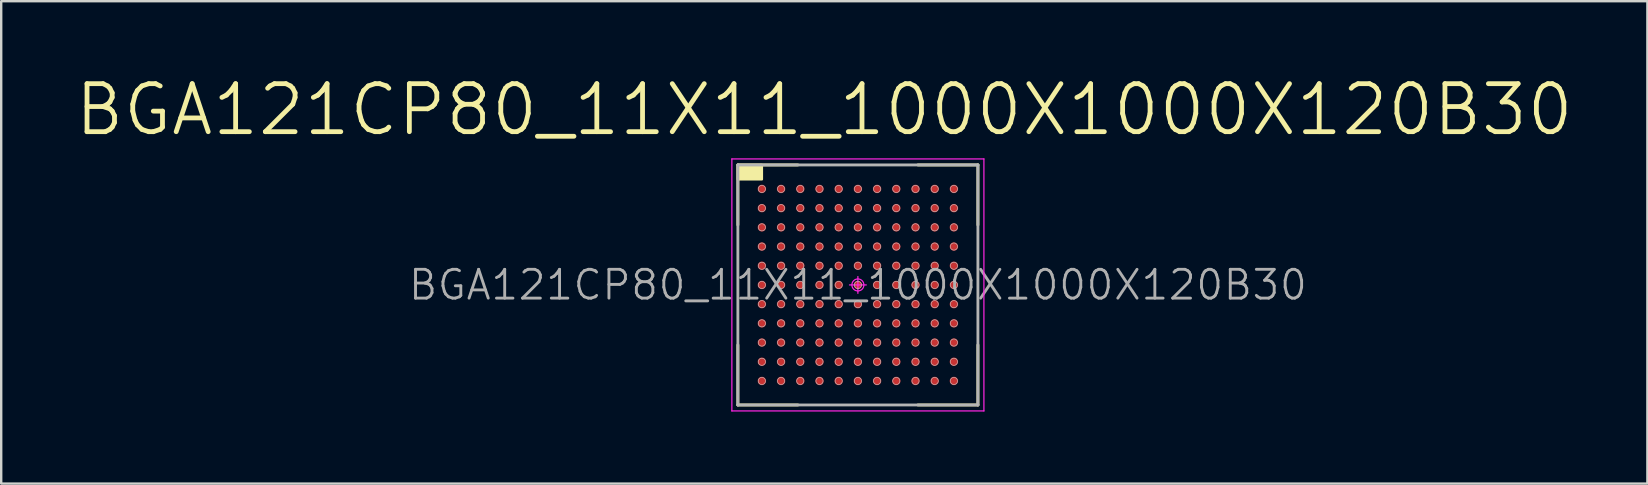
<source format=kicad_pcb>
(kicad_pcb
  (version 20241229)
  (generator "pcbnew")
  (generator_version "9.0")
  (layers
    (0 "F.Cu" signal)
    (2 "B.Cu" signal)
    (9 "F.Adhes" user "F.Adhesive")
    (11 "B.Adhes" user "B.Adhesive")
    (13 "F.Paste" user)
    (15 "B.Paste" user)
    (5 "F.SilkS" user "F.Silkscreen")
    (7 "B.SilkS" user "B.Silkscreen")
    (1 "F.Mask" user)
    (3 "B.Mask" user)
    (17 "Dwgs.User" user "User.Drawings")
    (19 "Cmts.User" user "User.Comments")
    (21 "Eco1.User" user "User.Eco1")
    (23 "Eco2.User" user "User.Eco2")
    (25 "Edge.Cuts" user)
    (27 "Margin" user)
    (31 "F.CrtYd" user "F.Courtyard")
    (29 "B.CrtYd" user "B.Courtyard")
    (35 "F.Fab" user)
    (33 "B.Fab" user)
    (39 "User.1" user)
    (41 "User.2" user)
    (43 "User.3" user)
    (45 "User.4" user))
  (footprint "BGA121CP80_11X11_1000X1000X120B30"
    (layer "F.Cu")
    (at 32.69 8.821)
    (property "Reference" "BGA121CP80_11X11_1000X1000X120B30" (at 0 0 0) (layer "F.Fab") (effects (font (size 1.2 1.2) (thickness 0.12))))
    (attr smd)
    (fp_line (start -5 -5) (end -2.5 -5) (stroke (width 0.12) (type solid)) (layer "F.SilkS"))
    (fp_line (start -5 -2.5) (end -5 -5) (stroke (width 0.12) (type solid)) (layer "F.SilkS"))
    (fp_line (start -5 2.5) (end -5 5) (stroke (width 0.12) (type solid)) (layer "F.SilkS"))
    (fp_line (start -5 5) (end -2.5 5) (stroke (width 0.12) (type solid)) (layer "F.SilkS"))
    (fp_line (start 5 -5) (end 2.5 -5) (stroke (width 0.12) (type solid)) (layer "F.SilkS"))
    (fp_line (start 5 -2.5) (end 5 -5) (stroke (width 0.12) (type solid)) (layer "F.SilkS"))
    (fp_line (start 5 2.5) (end 5 5) (stroke (width 0.12) (type solid)) (layer "F.SilkS"))
    (fp_line (start 5 5) (end 2.5 5) (stroke (width 0.12) (type solid)) (layer "F.SilkS"))
    (fp_poly (pts (xy -4 -4.4) (xy -5 -4.4) (xy -5 -5) (xy -4 -5)) (stroke (width 0.1) (type solid)) (fill yes) (layer "F.SilkS"))
    (fp_line (start -5 -5) (end 5 -5) (stroke (width 0.025) (type solid)) (layer "Dwgs.User"))
    (fp_line (start -5 5) (end -5 -5) (stroke (width 0.025) (type solid)) (layer "Dwgs.User"))
    (fp_line (start 5 -5) (end 5 5) (stroke (width 0.025) (type solid)) (layer "Dwgs.User"))
    (fp_line (start 5 5) (end -5 5) (stroke (width 0.025) (type solid)) (layer "Dwgs.User"))
    (fp_circle (center -4 -4) (end -4 -3.85) (stroke (width 0.025) (type solid)) (fill no) (layer "Dwgs.User"))
    (fp_circle (center -4 -3.2) (end -4 -3.05) (stroke (width 0.025) (type solid)) (fill no) (layer "Dwgs.User"))
    (fp_circle (center -4 -2.4) (end -4 -2.25) (stroke (width 0.025) (type solid)) (fill no) (layer "Dwgs.User"))
    (fp_circle (center -4 -1.6) (end -4 -1.45) (stroke (width 0.025) (type solid)) (fill no) (layer "Dwgs.User"))
    (fp_circle (center -4 -0.8) (end -4 -0.65) (stroke (width 0.025) (type solid)) (fill no) (layer "Dwgs.User"))
    (fp_circle (center -4 0) (end -4 0.15) (stroke (width 0.025) (type solid)) (fill no) (layer "Dwgs.User"))
    (fp_circle (center -4 0.8) (end -4 0.95) (stroke (width 0.025) (type solid)) (fill no) (layer "Dwgs.User"))
    (fp_circle (center -4 1.6) (end -4 1.75) (stroke (width 0.025) (type solid)) (fill no) (layer "Dwgs.User"))
    (fp_circle (center -4 2.4) (end -4 2.55) (stroke (width 0.025) (type solid)) (fill no) (layer "Dwgs.User"))
    (fp_circle (center -4 3.2) (end -4 3.35) (stroke (width 0.025) (type solid)) (fill no) (layer "Dwgs.User"))
    (fp_circle (center -4 4) (end -4 4.15) (stroke (width 0.025) (type solid)) (fill no) (layer "Dwgs.User"))
    (fp_circle (center -3.2 -4) (end -3.2 -3.85) (stroke (width 0.025) (type solid)) (fill no) (layer "Dwgs.User"))
    (fp_circle (center -3.2 -3.2) (end -3.2 -3.05) (stroke (width 0.025) (type solid)) (fill no) (layer "Dwgs.User"))
    (fp_circle (center -3.2 -2.4) (end -3.2 -2.25) (stroke (width 0.025) (type solid)) (fill no) (layer "Dwgs.User"))
    (fp_circle (center -3.2 -1.6) (end -3.2 -1.45) (stroke (width 0.025) (type solid)) (fill no) (layer "Dwgs.User"))
    (fp_circle (center -3.2 -0.8) (end -3.2 -0.65) (stroke (width 0.025) (type solid)) (fill no) (layer "Dwgs.User"))
    (fp_circle (center -3.2 0) (end -3.2 0.15) (stroke (width 0.025) (type solid)) (fill no) (layer "Dwgs.User"))
    (fp_circle (center -3.2 0.8) (end -3.2 0.95) (stroke (width 0.025) (type solid)) (fill no) (layer "Dwgs.User"))
    (fp_circle (center -3.2 1.6) (end -3.2 1.75) (stroke (width 0.025) (type solid)) (fill no) (layer "Dwgs.User"))
    (fp_circle (center -3.2 2.4) (end -3.2 2.55) (stroke (width 0.025) (type solid)) (fill no) (layer "Dwgs.User"))
    (fp_circle (center -3.2 3.2) (end -3.2 3.35) (stroke (width 0.025) (type solid)) (fill no) (layer "Dwgs.User"))
    (fp_circle (center -3.2 4) (end -3.2 4.15) (stroke (width 0.025) (type solid)) (fill no) (layer "Dwgs.User"))
    (fp_circle (center -2.4 -4) (end -2.4 -3.85) (stroke (width 0.025) (type solid)) (fill no) (layer "Dwgs.User"))
    (fp_circle (center -2.4 -3.2) (end -2.4 -3.05) (stroke (width 0.025) (type solid)) (fill no) (layer "Dwgs.User"))
    (fp_circle (center -2.4 -2.4) (end -2.4 -2.25) (stroke (width 0.025) (type solid)) (fill no) (layer "Dwgs.User"))
    (fp_circle (center -2.4 -1.6) (end -2.4 -1.45) (stroke (width 0.025) (type solid)) (fill no) (layer "Dwgs.User"))
    (fp_circle (center -2.4 -0.8) (end -2.4 -0.65) (stroke (width 0.025) (type solid)) (fill no) (layer "Dwgs.User"))
    (fp_circle (center -2.4 0) (end -2.4 0.15) (stroke (width 0.025) (type solid)) (fill no) (layer "Dwgs.User"))
    (fp_circle (center -2.4 0.8) (end -2.4 0.95) (stroke (width 0.025) (type solid)) (fill no) (layer "Dwgs.User"))
    (fp_circle (center -2.4 1.6) (end -2.4 1.75) (stroke (width 0.025) (type solid)) (fill no) (layer "Dwgs.User"))
    (fp_circle (center -2.4 2.4) (end -2.4 2.55) (stroke (width 0.025) (type solid)) (fill no) (layer "Dwgs.User"))
    (fp_circle (center -2.4 3.2) (end -2.4 3.35) (stroke (width 0.025) (type solid)) (fill no) (layer "Dwgs.User"))
    (fp_circle (center -2.4 4) (end -2.4 4.15) (stroke (width 0.025) (type solid)) (fill no) (layer "Dwgs.User"))
    (fp_circle (center -1.6 -4) (end -1.6 -3.85) (stroke (width 0.025) (type solid)) (fill no) (layer "Dwgs.User"))
    (fp_circle (center -1.6 -3.2) (end -1.6 -3.05) (stroke (width 0.025) (type solid)) (fill no) (layer "Dwgs.User"))
    (fp_circle (center -1.6 -2.4) (end -1.6 -2.25) (stroke (width 0.025) (type solid)) (fill no) (layer "Dwgs.User"))
    (fp_circle (center -1.6 -1.6) (end -1.6 -1.45) (stroke (width 0.025) (type solid)) (fill no) (layer "Dwgs.User"))
    (fp_circle (center -1.6 -0.8) (end -1.6 -0.65) (stroke (width 0.025) (type solid)) (fill no) (layer "Dwgs.User"))
    (fp_circle (center -1.6 0) (end -1.6 0.15) (stroke (width 0.025) (type solid)) (fill no) (layer "Dwgs.User"))
    (fp_circle (center -1.6 0.8) (end -1.6 0.95) (stroke (width 0.025) (type solid)) (fill no) (layer "Dwgs.User"))
    (fp_circle (center -1.6 1.6) (end -1.6 1.75) (stroke (width 0.025) (type solid)) (fill no) (layer "Dwgs.User"))
    (fp_circle (center -1.6 2.4) (end -1.6 2.55) (stroke (width 0.025) (type solid)) (fill no) (layer "Dwgs.User"))
    (fp_circle (center -1.6 3.2) (end -1.6 3.35) (stroke (width 0.025) (type solid)) (fill no) (layer "Dwgs.User"))
    (fp_circle (center -1.6 4) (end -1.6 4.15) (stroke (width 0.025) (type solid)) (fill no) (layer "Dwgs.User"))
    (fp_circle (center -0.8 -4) (end -0.8 -3.85) (stroke (width 0.025) (type solid)) (fill no) (layer "Dwgs.User"))
    (fp_circle (center -0.8 -3.2) (end -0.8 -3.05) (stroke (width 0.025) (type solid)) (fill no) (layer "Dwgs.User"))
    (fp_circle (center -0.8 -2.4) (end -0.8 -2.25) (stroke (width 0.025) (type solid)) (fill no) (layer "Dwgs.User"))
    (fp_circle (center -0.8 -1.6) (end -0.8 -1.45) (stroke (width 0.025) (type solid)) (fill no) (layer "Dwgs.User"))
    (fp_circle (center -0.8 -0.8) (end -0.8 -0.65) (stroke (width 0.025) (type solid)) (fill no) (layer "Dwgs.User"))
    (fp_circle (center -0.8 0) (end -0.8 0.15) (stroke (width 0.025) (type solid)) (fill no) (layer "Dwgs.User"))
    (fp_circle (center -0.8 0.8) (end -0.8 0.95) (stroke (width 0.025) (type solid)) (fill no) (layer "Dwgs.User"))
    (fp_circle (center -0.8 1.6) (end -0.8 1.75) (stroke (width 0.025) (type solid)) (fill no) (layer "Dwgs.User"))
    (fp_circle (center -0.8 2.4) (end -0.8 2.55) (stroke (width 0.025) (type solid)) (fill no) (layer "Dwgs.User"))
    (fp_circle (center -0.8 3.2) (end -0.8 3.35) (stroke (width 0.025) (type solid)) (fill no) (layer "Dwgs.User"))
    (fp_circle (center -0.8 4) (end -0.8 4.15) (stroke (width 0.025) (type solid)) (fill no) (layer "Dwgs.User"))
    (fp_circle (center 0 -4) (end 0 -3.85) (stroke (width 0.025) (type solid)) (fill no) (layer "Dwgs.User"))
    (fp_circle (center 0 -3.2) (end 0 -3.05) (stroke (width 0.025) (type solid)) (fill no) (layer "Dwgs.User"))
    (fp_circle (center 0 -2.4) (end 0 -2.25) (stroke (width 0.025) (type solid)) (fill no) (layer "Dwgs.User"))
    (fp_circle (center 0 -1.6) (end 0 -1.45) (stroke (width 0.025) (type solid)) (fill no) (layer "Dwgs.User"))
    (fp_circle (center 0 -0.8) (end 0 -0.65) (stroke (width 0.025) (type solid)) (fill no) (layer "Dwgs.User"))
    (fp_circle (center 0 0) (end 0 0.15) (stroke (width 0.025) (type solid)) (fill no) (layer "Dwgs.User"))
    (fp_circle (center 0 0.8) (end 0 0.95) (stroke (width 0.025) (type solid)) (fill no) (layer "Dwgs.User"))
    (fp_circle (center 0 1.6) (end 0 1.75) (stroke (width 0.025) (type solid)) (fill no) (layer "Dwgs.User"))
    (fp_circle (center 0 2.4) (end 0 2.55) (stroke (width 0.025) (type solid)) (fill no) (layer "Dwgs.User"))
    (fp_circle (center 0 3.2) (end 0 3.35) (stroke (width 0.025) (type solid)) (fill no) (layer "Dwgs.User"))
    (fp_circle (center 0 4) (end 0 4.15) (stroke (width 0.025) (type solid)) (fill no) (layer "Dwgs.User"))
    (fp_circle (center 0.8 -4) (end 0.8 -3.85) (stroke (width 0.025) (type solid)) (fill no) (layer "Dwgs.User"))
    (fp_circle (center 0.8 -3.2) (end 0.8 -3.05) (stroke (width 0.025) (type solid)) (fill no) (layer "Dwgs.User"))
    (fp_circle (center 0.8 -2.4) (end 0.8 -2.25) (stroke (width 0.025) (type solid)) (fill no) (layer "Dwgs.User"))
    (fp_circle (center 0.8 -1.6) (end 0.8 -1.45) (stroke (width 0.025) (type solid)) (fill no) (layer "Dwgs.User"))
    (fp_circle (center 0.8 -0.8) (end 0.8 -0.65) (stroke (width 0.025) (type solid)) (fill no) (layer "Dwgs.User"))
    (fp_circle (center 0.8 0) (end 0.8 0.15) (stroke (width 0.025) (type solid)) (fill no) (layer "Dwgs.User"))
    (fp_circle (center 0.8 0.8) (end 0.8 0.95) (stroke (width 0.025) (type solid)) (fill no) (layer "Dwgs.User"))
    (fp_circle (center 0.8 1.6) (end 0.8 1.75) (stroke (width 0.025) (type solid)) (fill no) (layer "Dwgs.User"))
    (fp_circle (center 0.8 2.4) (end 0.8 2.55) (stroke (width 0.025) (type solid)) (fill no) (layer "Dwgs.User"))
    (fp_circle (center 0.8 3.2) (end 0.8 3.35) (stroke (width 0.025) (type solid)) (fill no) (layer "Dwgs.User"))
    (fp_circle (center 0.8 4) (end 0.8 4.15) (stroke (width 0.025) (type solid)) (fill no) (layer "Dwgs.User"))
    (fp_circle (center 1.6 -4) (end 1.6 -3.85) (stroke (width 0.025) (type solid)) (fill no) (layer "Dwgs.User"))
    (fp_circle (center 1.6 -3.2) (end 1.6 -3.05) (stroke (width 0.025) (type solid)) (fill no) (layer "Dwgs.User"))
    (fp_circle (center 1.6 -2.4) (end 1.6 -2.25) (stroke (width 0.025) (type solid)) (fill no) (layer "Dwgs.User"))
    (fp_circle (center 1.6 -1.6) (end 1.6 -1.45) (stroke (width 0.025) (type solid)) (fill no) (layer "Dwgs.User"))
    (fp_circle (center 1.6 -0.8) (end 1.6 -0.65) (stroke (width 0.025) (type solid)) (fill no) (layer "Dwgs.User"))
    (fp_circle (center 1.6 0) (end 1.6 0.15) (stroke (width 0.025) (type solid)) (fill no) (layer "Dwgs.User"))
    (fp_circle (center 1.6 0.8) (end 1.6 0.95) (stroke (width 0.025) (type solid)) (fill no) (layer "Dwgs.User"))
    (fp_circle (center 1.6 1.6) (end 1.6 1.75) (stroke (width 0.025) (type solid)) (fill no) (layer "Dwgs.User"))
    (fp_circle (center 1.6 2.4) (end 1.6 2.55) (stroke (width 0.025) (type solid)) (fill no) (layer "Dwgs.User"))
    (fp_circle (center 1.6 3.2) (end 1.6 3.35) (stroke (width 0.025) (type solid)) (fill no) (layer "Dwgs.User"))
    (fp_circle (center 1.6 4) (end 1.6 4.15) (stroke (width 0.025) (type solid)) (fill no) (layer "Dwgs.User"))
    (fp_circle (center 2.4 -4) (end 2.4 -3.85) (stroke (width 0.025) (type solid)) (fill no) (layer "Dwgs.User"))
    (fp_circle (center 2.4 -3.2) (end 2.4 -3.05) (stroke (width 0.025) (type solid)) (fill no) (layer "Dwgs.User"))
    (fp_circle (center 2.4 -2.4) (end 2.4 -2.25) (stroke (width 0.025) (type solid)) (fill no) (layer "Dwgs.User"))
    (fp_circle (center 2.4 -1.6) (end 2.4 -1.45) (stroke (width 0.025) (type solid)) (fill no) (layer "Dwgs.User"))
    (fp_circle (center 2.4 -0.8) (end 2.4 -0.65) (stroke (width 0.025) (type solid)) (fill no) (layer "Dwgs.User"))
    (fp_circle (center 2.4 0) (end 2.4 0.15) (stroke (width 0.025) (type solid)) (fill no) (layer "Dwgs.User"))
    (fp_circle (center 2.4 0.8) (end 2.4 0.95) (stroke (width 0.025) (type solid)) (fill no) (layer "Dwgs.User"))
    (fp_circle (center 2.4 1.6) (end 2.4 1.75) (stroke (width 0.025) (type solid)) (fill no) (layer "Dwgs.User"))
    (fp_circle (center 2.4 2.4) (end 2.4 2.55) (stroke (width 0.025) (type solid)) (fill no) (layer "Dwgs.User"))
    (fp_circle (center 2.4 3.2) (end 2.4 3.35) (stroke (width 0.025) (type solid)) (fill no) (layer "Dwgs.User"))
    (fp_circle (center 2.4 4) (end 2.4 4.15) (stroke (width 0.025) (type solid)) (fill no) (layer "Dwgs.User"))
    (fp_circle (center 3.2 -4) (end 3.2 -3.85) (stroke (width 0.025) (type solid)) (fill no) (layer "Dwgs.User"))
    (fp_circle (center 3.2 -3.2) (end 3.2 -3.05) (stroke (width 0.025) (type solid)) (fill no) (layer "Dwgs.User"))
    (fp_circle (center 3.2 -2.4) (end 3.2 -2.25) (stroke (width 0.025) (type solid)) (fill no) (layer "Dwgs.User"))
    (fp_circle (center 3.2 -1.6) (end 3.2 -1.45) (stroke (width 0.025) (type solid)) (fill no) (layer "Dwgs.User"))
    (fp_circle (center 3.2 -0.8) (end 3.2 -0.65) (stroke (width 0.025) (type solid)) (fill no) (layer "Dwgs.User"))
    (fp_circle (center 3.2 0) (end 3.2 0.15) (stroke (width 0.025) (type solid)) (fill no) (layer "Dwgs.User"))
    (fp_circle (center 3.2 0.8) (end 3.2 0.95) (stroke (width 0.025) (type solid)) (fill no) (layer "Dwgs.User"))
    (fp_circle (center 3.2 1.6) (end 3.2 1.75) (stroke (width 0.025) (type solid)) (fill no) (layer "Dwgs.User"))
    (fp_circle (center 3.2 2.4) (end 3.2 2.55) (stroke (width 0.025) (type solid)) (fill no) (layer "Dwgs.User"))
    (fp_circle (center 3.2 3.2) (end 3.2 3.35) (stroke (width 0.025) (type solid)) (fill no) (layer "Dwgs.User"))
    (fp_circle (center 3.2 4) (end 3.2 4.15) (stroke (width 0.025) (type solid)) (fill no) (layer "Dwgs.User"))
    (fp_circle (center 4 -4) (end 4 -3.85) (stroke (width 0.025) (type solid)) (fill no) (layer "Dwgs.User"))
    (fp_circle (center 4 -3.2) (end 4 -3.05) (stroke (width 0.025) (type solid)) (fill no) (layer "Dwgs.User"))
    (fp_circle (center 4 -2.4) (end 4 -2.25) (stroke (width 0.025) (type solid)) (fill no) (layer "Dwgs.User"))
    (fp_circle (center 4 -1.6) (end 4 -1.45) (stroke (width 0.025) (type solid)) (fill no) (layer "Dwgs.User"))
    (fp_circle (center 4 -0.8) (end 4 -0.65) (stroke (width 0.025) (type solid)) (fill no) (layer "Dwgs.User"))
    (fp_circle (center 4 0) (end 4 0.15) (stroke (width 0.025) (type solid)) (fill no) (layer "Dwgs.User"))
    (fp_circle (center 4 0.8) (end 4 0.95) (stroke (width 0.025) (type solid)) (fill no) (layer "Dwgs.User"))
    (fp_circle (center 4 1.6) (end 4 1.75) (stroke (width 0.025) (type solid)) (fill no) (layer "Dwgs.User"))
    (fp_circle (center 4 2.4) (end 4 2.55) (stroke (width 0.025) (type solid)) (fill no) (layer "Dwgs.User"))
    (fp_circle (center 4 3.2) (end 4 3.35) (stroke (width 0.025) (type solid)) (fill no) (layer "Dwgs.User"))
    (fp_circle (center 4 4) (end 4 4.15) (stroke (width 0.025) (type solid)) (fill no) (layer "Dwgs.User"))
    (fp_line (start -5.25 -5.25) (end 5.25 -5.25) (stroke (width 0.05) (type solid)) (layer "F.CrtYd"))
    (fp_line (start -5.25 5.25) (end -5.25 -5.25) (stroke (width 0.05) (type solid)) (layer "F.CrtYd"))
    (fp_line (start 0 -0.35) (end 0 0.35) (stroke (width 0.05) (type solid)) (layer "F.CrtYd"))
    (fp_line (start 0.35 0) (end -0.35 0) (stroke (width 0.05) (type solid)) (layer "F.CrtYd"))
    (fp_line (start 5.25 -5.25) (end 5.25 5.25) (stroke (width 0.05) (type solid)) (layer "F.CrtYd"))
    (fp_line (start 5.25 5.25) (end -5.25 5.25) (stroke (width 0.05) (type solid)) (layer "F.CrtYd"))
    (fp_circle (center 0 0) (end 0 0.25) (stroke (width 0.05) (type solid)) (fill no) (layer "F.CrtYd"))
    (fp_line (start -5 -5) (end 5 -5) (stroke (width 0.12) (type solid)) (layer "F.Fab"))
    (fp_line (start -5 5) (end -5 -5) (stroke (width 0.12) (type solid)) (layer "F.Fab"))
    (fp_line (start 5 -5) (end 5 5) (stroke (width 0.12) (type solid)) (layer "F.Fab"))
    (fp_line (start 5 5) (end -5 5) (stroke (width 0.12) (type solid)) (layer "F.Fab"))
    (fp_text user "${REFERENCE}" (at -1.4 -7.3 0) (layer "F.SilkS") (effects (font (size 2 2) (thickness 0.2))))
    (pad "A1" smd circle (at -4 -4) (size 0.35 0.35) (layers "F.Cu" "F.Mask" "F.Paste"))
    (pad "A2" smd circle (at -3.2 -4) (size 0.35 0.35) (layers "F.Cu" "F.Mask" "F.Paste"))
    (pad "A3" smd circle (at -2.4 -4) (size 0.35 0.35) (layers "F.Cu" "F.Mask" "F.Paste"))
    (pad "A4" smd circle (at -1.6 -4) (size 0.35 0.35) (layers "F.Cu" "F.Mask" "F.Paste"))
    (pad "A5" smd circle (at -0.8 -4) (size 0.35 0.35) (layers "F.Cu" "F.Mask" "F.Paste"))
    (pad "A6" smd circle (at 0 -4) (size 0.35 0.35) (layers "F.Cu" "F.Mask" "F.Paste"))
    (pad "A7" smd circle (at 0.8 -4) (size 0.35 0.35) (layers "F.Cu" "F.Mask" "F.Paste"))
    (pad "A8" smd circle (at 1.6 -4) (size 0.35 0.35) (layers "F.Cu" "F.Mask" "F.Paste"))
    (pad "A9" smd circle (at 2.4 -4) (size 0.35 0.35) (layers "F.Cu" "F.Mask" "F.Paste"))
    (pad "A10" smd circle (at 3.2 -4) (size 0.35 0.35) (layers "F.Cu" "F.Mask" "F.Paste"))
    (pad "A11" smd circle (at 4 -4) (size 0.35 0.35) (layers "F.Cu" "F.Mask" "F.Paste"))
    (pad "B1" smd circle (at -4 -3.2) (size 0.35 0.35) (layers "F.Cu" "F.Mask" "F.Paste"))
    (pad "B2" smd circle (at -3.2 -3.2) (size 0.35 0.35) (layers "F.Cu" "F.Mask" "F.Paste"))
    (pad "B3" smd circle (at -2.4 -3.2) (size 0.35 0.35) (layers "F.Cu" "F.Mask" "F.Paste"))
    (pad "B4" smd circle (at -1.6 -3.2) (size 0.35 0.35) (layers "F.Cu" "F.Mask" "F.Paste"))
    (pad "B5" smd circle (at -0.8 -3.2) (size 0.35 0.35) (layers "F.Cu" "F.Mask" "F.Paste"))
    (pad "B6" smd circle (at 0 -3.2) (size 0.35 0.35) (layers "F.Cu" "F.Mask" "F.Paste"))
    (pad "B7" smd circle (at 0.8 -3.2) (size 0.35 0.35) (layers "F.Cu" "F.Mask" "F.Paste"))
    (pad "B8" smd circle (at 1.6 -3.2) (size 0.35 0.35) (layers "F.Cu" "F.Mask" "F.Paste"))
    (pad "B9" smd circle (at 2.4 -3.2) (size 0.35 0.35) (layers "F.Cu" "F.Mask" "F.Paste"))
    (pad "B10" smd circle (at 3.2 -3.2) (size 0.35 0.35) (layers "F.Cu" "F.Mask" "F.Paste"))
    (pad "B11" smd circle (at 4 -3.2) (size 0.35 0.35) (layers "F.Cu" "F.Mask" "F.Paste"))
    (pad "C1" smd circle (at -4 -2.4) (size 0.35 0.35) (layers "F.Cu" "F.Mask" "F.Paste"))
    (pad "C2" smd circle (at -3.2 -2.4) (size 0.35 0.35) (layers "F.Cu" "F.Mask" "F.Paste"))
    (pad "C3" smd circle (at -2.4 -2.4) (size 0.35 0.35) (layers "F.Cu" "F.Mask" "F.Paste"))
    (pad "C4" smd circle (at -1.6 -2.4) (size 0.35 0.35) (layers "F.Cu" "F.Mask" "F.Paste"))
    (pad "C5" smd circle (at -0.8 -2.4) (size 0.35 0.35) (layers "F.Cu" "F.Mask" "F.Paste"))
    (pad "C6" smd circle (at 0 -2.4) (size 0.35 0.35) (layers "F.Cu" "F.Mask" "F.Paste"))
    (pad "C7" smd circle (at 0.8 -2.4) (size 0.35 0.35) (layers "F.Cu" "F.Mask" "F.Paste"))
    (pad "C8" smd circle (at 1.6 -2.4) (size 0.35 0.35) (layers "F.Cu" "F.Mask" "F.Paste"))
    (pad "C9" smd circle (at 2.4 -2.4) (size 0.35 0.35) (layers "F.Cu" "F.Mask" "F.Paste"))
    (pad "C10" smd circle (at 3.2 -2.4) (size 0.35 0.35) (layers "F.Cu" "F.Mask" "F.Paste"))
    (pad "C11" smd circle (at 4 -2.4) (size 0.35 0.35) (layers "F.Cu" "F.Mask" "F.Paste"))
    (pad "D1" smd circle (at -4 -1.6) (size 0.35 0.35) (layers "F.Cu" "F.Mask" "F.Paste"))
    (pad "D2" smd circle (at -3.2 -1.6) (size 0.35 0.35) (layers "F.Cu" "F.Mask" "F.Paste"))
    (pad "D3" smd circle (at -2.4 -1.6) (size 0.35 0.35) (layers "F.Cu" "F.Mask" "F.Paste"))
    (pad "D4" smd circle (at -1.6 -1.6) (size 0.35 0.35) (layers "F.Cu" "F.Mask" "F.Paste"))
    (pad "D5" smd circle (at -0.8 -1.6) (size 0.35 0.35) (layers "F.Cu" "F.Mask" "F.Paste"))
    (pad "D6" smd circle (at 0 -1.6) (size 0.35 0.35) (layers "F.Cu" "F.Mask" "F.Paste"))
    (pad "D7" smd circle (at 0.8 -1.6) (size 0.35 0.35) (layers "F.Cu" "F.Mask" "F.Paste"))
    (pad "D8" smd circle (at 1.6 -1.6) (size 0.35 0.35) (layers "F.Cu" "F.Mask" "F.Paste"))
    (pad "D9" smd circle (at 2.4 -1.6) (size 0.35 0.35) (layers "F.Cu" "F.Mask" "F.Paste"))
    (pad "D10" smd circle (at 3.2 -1.6) (size 0.35 0.35) (layers "F.Cu" "F.Mask" "F.Paste"))
    (pad "D11" smd circle (at 4 -1.6) (size 0.35 0.35) (layers "F.Cu" "F.Mask" "F.Paste"))
    (pad "E1" smd circle (at -4 -0.8) (size 0.35 0.35) (layers "F.Cu" "F.Mask" "F.Paste"))
    (pad "E2" smd circle (at -3.2 -0.8) (size 0.35 0.35) (layers "F.Cu" "F.Mask" "F.Paste"))
    (pad "E3" smd circle (at -2.4 -0.8) (size 0.35 0.35) (layers "F.Cu" "F.Mask" "F.Paste"))
    (pad "E4" smd circle (at -1.6 -0.8) (size 0.35 0.35) (layers "F.Cu" "F.Mask" "F.Paste"))
    (pad "E5" smd circle (at -0.8 -0.8) (size 0.35 0.35) (layers "F.Cu" "F.Mask" "F.Paste"))
    (pad "E6" smd circle (at 0 -0.8) (size 0.35 0.35) (layers "F.Cu" "F.Mask" "F.Paste"))
    (pad "E7" smd circle (at 0.8 -0.8) (size 0.35 0.35) (layers "F.Cu" "F.Mask" "F.Paste"))
    (pad "E8" smd circle (at 1.6 -0.8) (size 0.35 0.35) (layers "F.Cu" "F.Mask" "F.Paste"))
    (pad "E9" smd circle (at 2.4 -0.8) (size 0.35 0.35) (layers "F.Cu" "F.Mask" "F.Paste"))
    (pad "E10" smd circle (at 3.2 -0.8) (size 0.35 0.35) (layers "F.Cu" "F.Mask" "F.Paste"))
    (pad "E11" smd circle (at 4 -0.8) (size 0.35 0.35) (layers "F.Cu" "F.Mask" "F.Paste"))
    (pad "F1" smd circle (at -4 0) (size 0.35 0.35) (layers "F.Cu" "F.Mask" "F.Paste"))
    (pad "F2" smd circle (at -3.2 0) (size 0.35 0.35) (layers "F.Cu" "F.Mask" "F.Paste"))
    (pad "F3" smd circle (at -2.4 0) (size 0.35 0.35) (layers "F.Cu" "F.Mask" "F.Paste"))
    (pad "F4" smd circle (at -1.6 0) (size 0.35 0.35) (layers "F.Cu" "F.Mask" "F.Paste"))
    (pad "F5" smd circle (at -0.8 0) (size 0.35 0.35) (layers "F.Cu" "F.Mask" "F.Paste"))
    (pad "F6" smd circle (at 0 0) (size 0.35 0.35) (layers "F.Cu" "F.Mask" "F.Paste"))
    (pad "F7" smd circle (at 0.8 0) (size 0.35 0.35) (layers "F.Cu" "F.Mask" "F.Paste"))
    (pad "F8" smd circle (at 1.6 0) (size 0.35 0.35) (layers "F.Cu" "F.Mask" "F.Paste"))
    (pad "F9" smd circle (at 2.4 0) (size 0.35 0.35) (layers "F.Cu" "F.Mask" "F.Paste"))
    (pad "F10" smd circle (at 3.2 0) (size 0.35 0.35) (layers "F.Cu" "F.Mask" "F.Paste"))
    (pad "F11" smd circle (at 4 0) (size 0.35 0.35) (layers "F.Cu" "F.Mask" "F.Paste"))
    (pad "G1" smd circle (at -4 0.8) (size 0.35 0.35) (layers "F.Cu" "F.Mask" "F.Paste"))
    (pad "G2" smd circle (at -3.2 0.8) (size 0.35 0.35) (layers "F.Cu" "F.Mask" "F.Paste"))
    (pad "G3" smd circle (at -2.4 0.8) (size 0.35 0.35) (layers "F.Cu" "F.Mask" "F.Paste"))
    (pad "G4" smd circle (at -1.6 0.8) (size 0.35 0.35) (layers "F.Cu" "F.Mask" "F.Paste"))
    (pad "G5" smd circle (at -0.8 0.8) (size 0.35 0.35) (layers "F.Cu" "F.Mask" "F.Paste"))
    (pad "G6" smd circle (at 0 0.8) (size 0.35 0.35) (layers "F.Cu" "F.Mask" "F.Paste"))
    (pad "G7" smd circle (at 0.8 0.8) (size 0.35 0.35) (layers "F.Cu" "F.Mask" "F.Paste"))
    (pad "G8" smd circle (at 1.6 0.8) (size 0.35 0.35) (layers "F.Cu" "F.Mask" "F.Paste"))
    (pad "G9" smd circle (at 2.4 0.8) (size 0.35 0.35) (layers "F.Cu" "F.Mask" "F.Paste"))
    (pad "G10" smd circle (at 3.2 0.8) (size 0.35 0.35) (layers "F.Cu" "F.Mask" "F.Paste"))
    (pad "G11" smd circle (at 4 0.8) (size 0.35 0.35) (layers "F.Cu" "F.Mask" "F.Paste"))
    (pad "H1" smd circle (at -4 1.6) (size 0.35 0.35) (layers "F.Cu" "F.Mask" "F.Paste"))
    (pad "H2" smd circle (at -3.2 1.6) (size 0.35 0.35) (layers "F.Cu" "F.Mask" "F.Paste"))
    (pad "H3" smd circle (at -2.4 1.6) (size 0.35 0.35) (layers "F.Cu" "F.Mask" "F.Paste"))
    (pad "H4" smd circle (at -1.6 1.6) (size 0.35 0.35) (layers "F.Cu" "F.Mask" "F.Paste"))
    (pad "H5" smd circle (at -0.8 1.6) (size 0.35 0.35) (layers "F.Cu" "F.Mask" "F.Paste"))
    (pad "H6" smd circle (at 0 1.6) (size 0.35 0.35) (layers "F.Cu" "F.Mask" "F.Paste"))
    (pad "H7" smd circle (at 0.8 1.6) (size 0.35 0.35) (layers "F.Cu" "F.Mask" "F.Paste"))
    (pad "H8" smd circle (at 1.6 1.6) (size 0.35 0.35) (layers "F.Cu" "F.Mask" "F.Paste"))
    (pad "H9" smd circle (at 2.4 1.6) (size 0.35 0.35) (layers "F.Cu" "F.Mask" "F.Paste"))
    (pad "H10" smd circle (at 3.2 1.6) (size 0.35 0.35) (layers "F.Cu" "F.Mask" "F.Paste"))
    (pad "H11" smd circle (at 4 1.6) (size 0.35 0.35) (layers "F.Cu" "F.Mask" "F.Paste"))
    (pad "J1" smd circle (at -4 2.4) (size 0.35 0.35) (layers "F.Cu" "F.Mask" "F.Paste"))
    (pad "J2" smd circle (at -3.2 2.4) (size 0.35 0.35) (layers "F.Cu" "F.Mask" "F.Paste"))
    (pad "J3" smd circle (at -2.4 2.4) (size 0.35 0.35) (layers "F.Cu" "F.Mask" "F.Paste"))
    (pad "J4" smd circle (at -1.6 2.4) (size 0.35 0.35) (layers "F.Cu" "F.Mask" "F.Paste"))
    (pad "J5" smd circle (at -0.8 2.4) (size 0.35 0.35) (layers "F.Cu" "F.Mask" "F.Paste"))
    (pad "J6" smd circle (at 0 2.4) (size 0.35 0.35) (layers "F.Cu" "F.Mask" "F.Paste"))
    (pad "J7" smd circle (at 0.8 2.4) (size 0.35 0.35) (layers "F.Cu" "F.Mask" "F.Paste"))
    (pad "J8" smd circle (at 1.6 2.4) (size 0.35 0.35) (layers "F.Cu" "F.Mask" "F.Paste"))
    (pad "J9" smd circle (at 2.4 2.4) (size 0.35 0.35) (layers "F.Cu" "F.Mask" "F.Paste"))
    (pad "J10" smd circle (at 3.2 2.4) (size 0.35 0.35) (layers "F.Cu" "F.Mask" "F.Paste"))
    (pad "J11" smd circle (at 4 2.4) (size 0.35 0.35) (layers "F.Cu" "F.Mask" "F.Paste"))
    (pad "K1" smd circle (at -4 3.2) (size 0.35 0.35) (layers "F.Cu" "F.Mask" "F.Paste"))
    (pad "K2" smd circle (at -3.2 3.2) (size 0.35 0.35) (layers "F.Cu" "F.Mask" "F.Paste"))
    (pad "K3" smd circle (at -2.4 3.2) (size 0.35 0.35) (layers "F.Cu" "F.Mask" "F.Paste"))
    (pad "K4" smd circle (at -1.6 3.2) (size 0.35 0.35) (layers "F.Cu" "F.Mask" "F.Paste"))
    (pad "K5" smd circle (at -0.8 3.2) (size 0.35 0.35) (layers "F.Cu" "F.Mask" "F.Paste"))
    (pad "K6" smd circle (at 0 3.2) (size 0.35 0.35) (layers "F.Cu" "F.Mask" "F.Paste"))
    (pad "K7" smd circle (at 0.8 3.2) (size 0.35 0.35) (layers "F.Cu" "F.Mask" "F.Paste"))
    (pad "K8" smd circle (at 1.6 3.2) (size 0.35 0.35) (layers "F.Cu" "F.Mask" "F.Paste"))
    (pad "K9" smd circle (at 2.4 3.2) (size 0.35 0.35) (layers "F.Cu" "F.Mask" "F.Paste"))
    (pad "K10" smd circle (at 3.2 3.2) (size 0.35 0.35) (layers "F.Cu" "F.Mask" "F.Paste"))
    (pad "K11" smd circle (at 4 3.2) (size 0.35 0.35) (layers "F.Cu" "F.Mask" "F.Paste"))
    (pad "L1" smd circle (at -4 4) (size 0.35 0.35) (layers "F.Cu" "F.Mask" "F.Paste"))
    (pad "L2" smd circle (at -3.2 4) (size 0.35 0.35) (layers "F.Cu" "F.Mask" "F.Paste"))
    (pad "L3" smd circle (at -2.4 4) (size 0.35 0.35) (layers "F.Cu" "F.Mask" "F.Paste"))
    (pad "L4" smd circle (at -1.6 4) (size 0.35 0.35) (layers "F.Cu" "F.Mask" "F.Paste"))
    (pad "L5" smd circle (at -0.8 4) (size 0.35 0.35) (layers "F.Cu" "F.Mask" "F.Paste"))
    (pad "L6" smd circle (at 0 4) (size 0.35 0.35) (layers "F.Cu" "F.Mask" "F.Paste"))
    (pad "L7" smd circle (at 0.8 4) (size 0.35 0.35) (layers "F.Cu" "F.Mask" "F.Paste"))
    (pad "L8" smd circle (at 1.6 4) (size 0.35 0.35) (layers "F.Cu" "F.Mask" "F.Paste"))
    (pad "L9" smd circle (at 2.4 4) (size 0.35 0.35) (layers "F.Cu" "F.Mask" "F.Paste"))
    (pad "L10" smd circle (at 3.2 4) (size 0.35 0.35) (layers "F.Cu" "F.Mask" "F.Paste"))
    (pad "L11" smd circle (at 4 4) (size 0.35 0.35) (layers "F.Cu" "F.Mask" "F.Paste")))
  (gr_rect
    (start -3 -3)
    (end 65.581 17.096)
    (stroke (width 0.1) (type default))
    (fill no)
    (layer "Edge.Cuts")))
</source>
